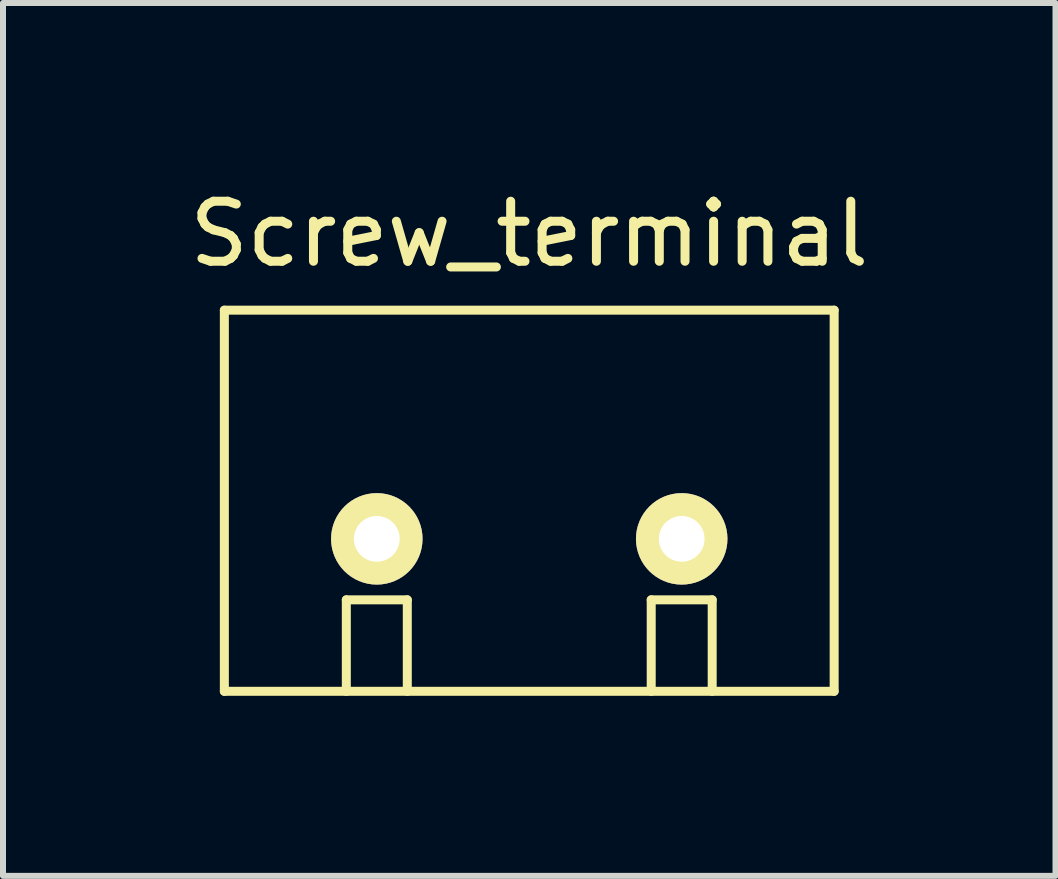
<source format=kicad_pcb>
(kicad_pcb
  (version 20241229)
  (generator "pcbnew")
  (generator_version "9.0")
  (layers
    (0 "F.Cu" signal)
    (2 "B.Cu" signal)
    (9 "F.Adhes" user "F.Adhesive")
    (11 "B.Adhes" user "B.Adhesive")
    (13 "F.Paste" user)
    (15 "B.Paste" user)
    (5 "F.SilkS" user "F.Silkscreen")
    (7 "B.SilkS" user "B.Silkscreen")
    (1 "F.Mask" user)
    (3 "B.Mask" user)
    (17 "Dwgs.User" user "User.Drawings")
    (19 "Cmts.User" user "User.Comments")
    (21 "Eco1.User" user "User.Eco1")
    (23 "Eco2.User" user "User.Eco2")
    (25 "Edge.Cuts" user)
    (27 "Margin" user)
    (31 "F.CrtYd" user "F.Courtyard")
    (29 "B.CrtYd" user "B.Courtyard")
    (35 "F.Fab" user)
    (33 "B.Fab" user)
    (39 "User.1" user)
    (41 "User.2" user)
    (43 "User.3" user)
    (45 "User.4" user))
  (footprint "Screw_terminal"
    (layer "F.Cu")
    (at 5.768 5.928)
    (property "Reference" "Screw_terminal" (at 0 -5.08 0) (layer "F.SilkS") (effects (font (size 1 1) (thickness 0.15))))
    (attr through_hole)
    (fp_line (start -5.08 -3.81) (end 5.08 -3.81) (stroke (width 0.15) (type solid)) (layer "F.SilkS"))
    (fp_line (start -5.08 2.54) (end -5.08 -3.81) (stroke (width 0.15) (type solid)) (layer "F.SilkS"))
    (fp_line (start -3.048 1.016) (end -2.032 1.016) (stroke (width 0.15) (type solid)) (layer "F.SilkS"))
    (fp_line (start -3.048 2.54) (end -3.048 1.016) (stroke (width 0.15) (type solid)) (layer "F.SilkS"))
    (fp_line (start -2.032 1.016) (end -2.032 2.54) (stroke (width 0.15) (type solid)) (layer "F.SilkS"))
    (fp_line (start 2.032 1.016) (end 3.048 1.016) (stroke (width 0.15) (type solid)) (layer "F.SilkS"))
    (fp_line (start 2.032 2.54) (end 2.032 1.016) (stroke (width 0.15) (type solid)) (layer "F.SilkS"))
    (fp_line (start 3.048 1.016) (end 3.048 2.54) (stroke (width 0.15) (type solid)) (layer "F.SilkS"))
    (fp_line (start 5.08 -3.81) (end 5.08 2.54) (stroke (width 0.15) (type solid)) (layer "F.SilkS"))
    (fp_line (start 5.08 2.54) (end -5.08 2.54) (stroke (width 0.15) (type solid)) (layer "F.SilkS"))
    (pad "1" thru_hole circle (at -2.54 0) (size 1.524 1.524) (drill 0.762) (layers "*.Cu" "*.Mask" "F.SilkS"))
    (pad "2" thru_hole circle (at 2.54 0) (size 1.524 1.524) (drill 0.762) (layers "*.Cu" "*.Mask" "F.SilkS")))
  (gr_rect
    (start -3 -3)
    (end 14.536 11.543)
    (stroke (width 0.1) (type default))
    (fill no)
    (layer "Edge.Cuts")))
</source>
